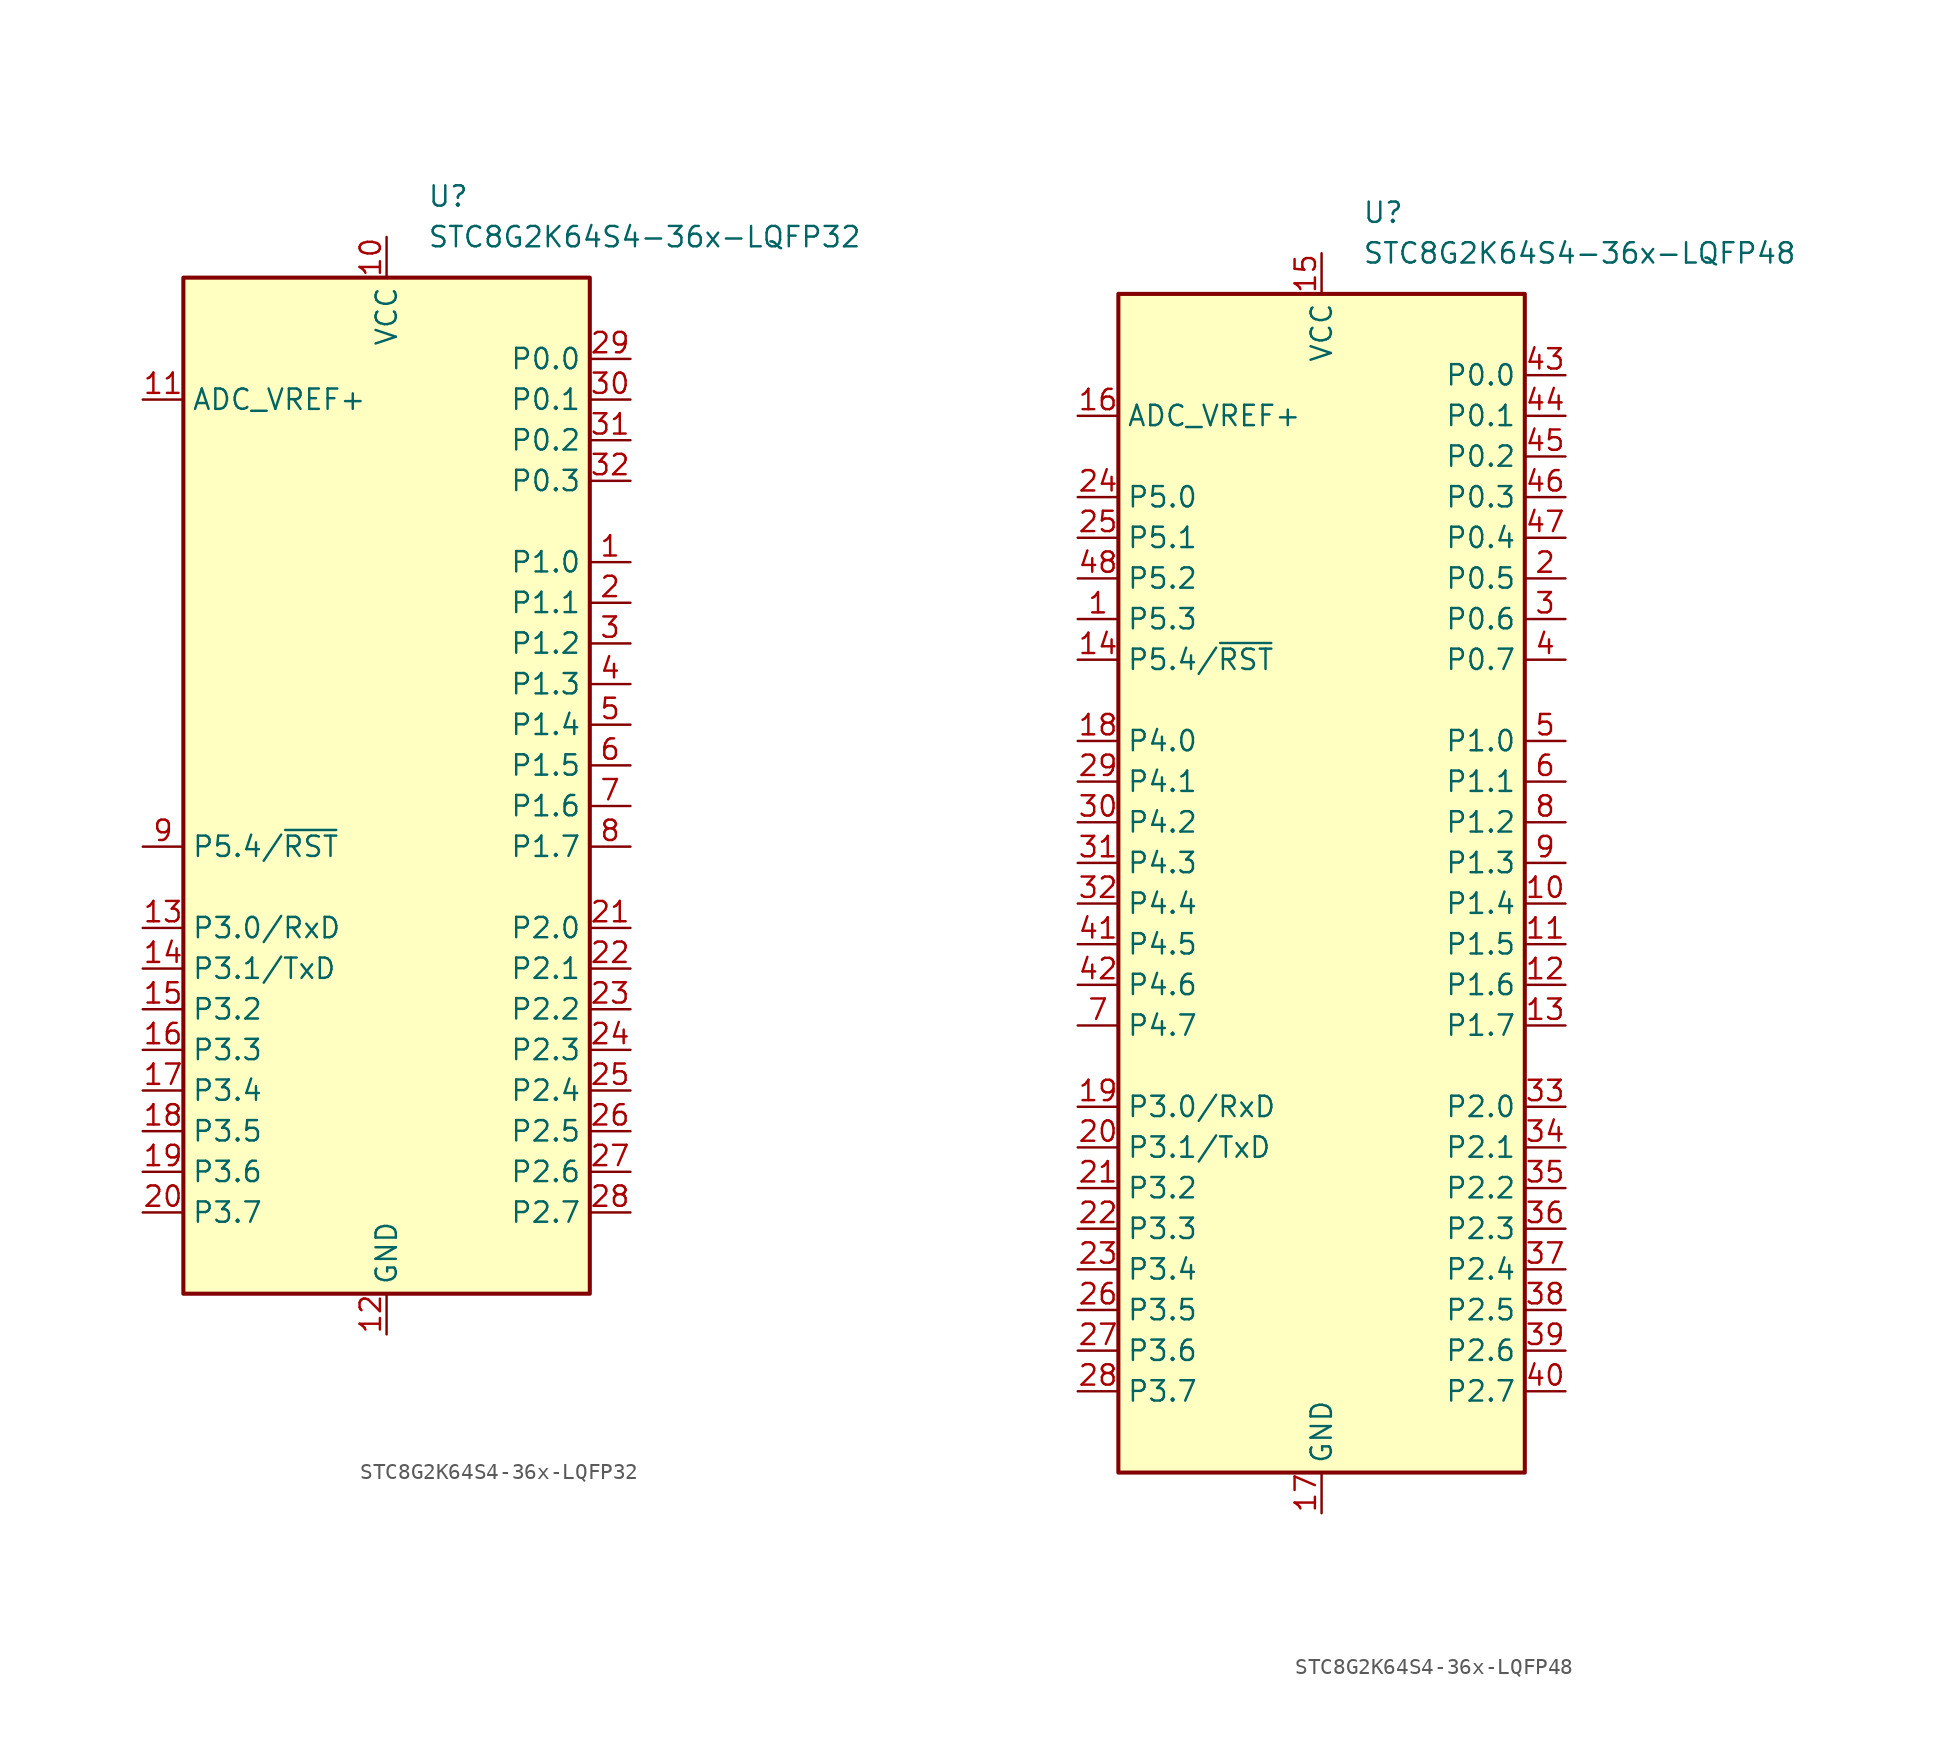
<source format=kicad_sym>
(kicad_symbol_lib
  (version 20211014)
  (generator kicad_symbol_editor)
  (symbol "STC8G2K64S4-36x-LQFP32"
    (property "Reference" "U"
      (at 2.54 36.83 0)
      (effects (font (size 1.27 1.27)) (justify left)))
    (property "Value" "STC8G2K64S4-36x-LQFP32"
      (at 2.54 34.29 0)
      (effects (font (size 1.27 1.27)) (justify left)))
    (symbol "STC8G2K64S4-36x-LQFP32_0_1"
      (rectangle (start -12.7 31.75) (end 12.7 -31.75) (stroke (width 0.254) (type default) (color 0 0 0 0)) (fill (type background))))
    (symbol "STC8G2K64S4-36x-LQFP32_1_1"
      (pin bidirectional line (at 15.24 13.97 180) (length 2.54) (name "P1.0" (effects (font (size 1.27 1.27)))) (number "1" (effects (font (size 1.27 1.27)))))
      (pin power_in line (at 0 34.29 270) (length 2.54) (name "VCC" (effects (font (size 1.27 1.27)))) (number "10" (effects (font (size 1.27 1.27)))))
      (pin power_in line (at -15.24 24.13 0) (length 2.54) (name "ADC_VREF+" (effects (font (size 1.27 1.27)))) (number "11" (effects (font (size 1.27 1.27)))))
      (pin power_in line (at 0 -34.29 90) (length 2.54) (name "GND" (effects (font (size 1.27 1.27)))) (number "12" (effects (font (size 1.27 1.27)))))
      (pin bidirectional line (at -15.24 -8.89 0) (length 2.54) (name "P3.0/RxD" (effects (font (size 1.27 1.27)))) (number "13" (effects (font (size 1.27 1.27)))))
      (pin bidirectional line (at -15.24 -11.43 0) (length 2.54) (name "P3.1/TxD" (effects (font (size 1.27 1.27)))) (number "14" (effects (font (size 1.27 1.27)))))
      (pin bidirectional line (at -15.24 -13.97 0) (length 2.54) (name "P3.2" (effects (font (size 1.27 1.27)))) (number "15" (effects (font (size 1.27 1.27)))))
      (pin bidirectional line (at -15.24 -16.51 0) (length 2.54) (name "P3.3" (effects (font (size 1.27 1.27)))) (number "16" (effects (font (size 1.27 1.27)))))
      (pin bidirectional line (at -15.24 -19.05 0) (length 2.54) (name "P3.4" (effects (font (size 1.27 1.27)))) (number "17" (effects (font (size 1.27 1.27)))))
      (pin bidirectional line (at -15.24 -21.59 0) (length 2.54) (name "P3.5" (effects (font (size 1.27 1.27)))) (number "18" (effects (font (size 1.27 1.27)))))
      (pin bidirectional line (at -15.24 -24.13 0) (length 2.54) (name "P3.6" (effects (font (size 1.27 1.27)))) (number "19" (effects (font (size 1.27 1.27)))))
      (pin bidirectional line (at 15.24 11.43 180) (length 2.54) (name "P1.1" (effects (font (size 1.27 1.27)))) (number "2" (effects (font (size 1.27 1.27)))))
      (pin bidirectional line (at -15.24 -26.67 0) (length 2.54) (name "P3.7" (effects (font (size 1.27 1.27)))) (number "20" (effects (font (size 1.27 1.27)))))
      (pin bidirectional line (at 15.24 -8.89 180) (length 2.54) (name "P2.0" (effects (font (size 1.27 1.27)))) (number "21" (effects (font (size 1.27 1.27)))))
      (pin bidirectional line (at 15.24 -11.43 180) (length 2.54) (name "P2.1" (effects (font (size 1.27 1.27)))) (number "22" (effects (font (size 1.27 1.27)))))
      (pin bidirectional line (at 15.24 -13.97 180) (length 2.54) (name "P2.2" (effects (font (size 1.27 1.27)))) (number "23" (effects (font (size 1.27 1.27)))))
      (pin bidirectional line (at 15.24 -16.51 180) (length 2.54) (name "P2.3" (effects (font (size 1.27 1.27)))) (number "24" (effects (font (size 1.27 1.27)))))
      (pin bidirectional line (at 15.24 -19.05 180) (length 2.54) (name "P2.4" (effects (font (size 1.27 1.27)))) (number "25" (effects (font (size 1.27 1.27)))))
      (pin bidirectional line (at 15.24 -21.59 180) (length 2.54) (name "P2.5" (effects (font (size 1.27 1.27)))) (number "26" (effects (font (size 1.27 1.27)))))
      (pin bidirectional line (at 15.24 -24.13 180) (length 2.54) (name "P2.6" (effects (font (size 1.27 1.27)))) (number "27" (effects (font (size 1.27 1.27)))))
      (pin bidirectional line (at 15.24 -26.67 180) (length 2.54) (name "P2.7" (effects (font (size 1.27 1.27)))) (number "28" (effects (font (size 1.27 1.27)))))
      (pin bidirectional line (at 15.24 26.67 180) (length 2.54) (name "P0.0" (effects (font (size 1.27 1.27)))) (number "29" (effects (font (size 1.27 1.27)))))
      (pin bidirectional line (at 15.24 8.89 180) (length 2.54) (name "P1.2" (effects (font (size 1.27 1.27)))) (number "3" (effects (font (size 1.27 1.27)))))
      (pin bidirectional line (at 15.24 24.13 180) (length 2.54) (name "P0.1" (effects (font (size 1.27 1.27)))) (number "30" (effects (font (size 1.27 1.27)))))
      (pin bidirectional line (at 15.24 21.59 180) (length 2.54) (name "P0.2" (effects (font (size 1.27 1.27)))) (number "31" (effects (font (size 1.27 1.27)))))
      (pin bidirectional line (at 15.24 19.05 180) (length 2.54) (name "P0.3" (effects (font (size 1.27 1.27)))) (number "32" (effects (font (size 1.27 1.27)))))
      (pin bidirectional line (at 15.24 6.35 180) (length 2.54) (name "P1.3" (effects (font (size 1.27 1.27)))) (number "4" (effects (font (size 1.27 1.27)))))
      (pin bidirectional line (at 15.24 3.81 180) (length 2.54) (name "P1.4" (effects (font (size 1.27 1.27)))) (number "5" (effects (font (size 1.27 1.27)))))
      (pin bidirectional line (at 15.24 1.27 180) (length 2.54) (name "P1.5" (effects (font (size 1.27 1.27)))) (number "6" (effects (font (size 1.27 1.27)))))
      (pin bidirectional line (at 15.24 -1.27 180) (length 2.54) (name "P1.6" (effects (font (size 1.27 1.27)))) (number "7" (effects (font (size 1.27 1.27)))))
      (pin bidirectional line (at 15.24 -3.81 180) (length 2.54) (name "P1.7" (effects (font (size 1.27 1.27)))) (number "8" (effects (font (size 1.27 1.27)))))
      (pin bidirectional line (at -15.24 -3.81 0) (length 2.54) (name "P5.4/~{RST}" (effects (font (size 1.27 1.27)))) (number "9" (effects (font (size 1.27 1.27)))))))
  (symbol "STC8G2K64S4-36x-LQFP48"
    (property "Reference" "U"
      (at 2.54 41.91 0)
      (effects (font (size 1.27 1.27)) (justify left)))
    (property "Value" "STC8G2K64S4-36x-LQFP48"
      (at 2.54 39.37 0)
      (effects (font (size 1.27 1.27)) (justify left)))
    (symbol "STC8G2K64S4-36x-LQFP48_0_1"
      (rectangle (start -12.7 36.83) (end 12.7 -36.83) (stroke (width 0.254) (type default) (color 0 0 0 0)) (fill (type background))))
    (symbol "STC8G2K64S4-36x-LQFP48_1_1"
      (pin bidirectional line (at -15.24 16.51 0) (length 2.54) (name "P5.3" (effects (font (size 1.27 1.27)))) (number "1" (effects (font (size 1.27 1.27)))))
      (pin bidirectional line (at 15.24 -1.27 180) (length 2.54) (name "P1.4" (effects (font (size 1.27 1.27)))) (number "10" (effects (font (size 1.27 1.27)))))
      (pin power_in line (at 15.24 -3.81 180) (length 2.54) (name "P1.5" (effects (font (size 1.27 1.27)))) (number "11" (effects (font (size 1.27 1.27)))))
      (pin power_in line (at 15.24 -6.35 180) (length 2.54) (name "P1.6" (effects (font (size 1.27 1.27)))) (number "12" (effects (font (size 1.27 1.27)))))
      (pin power_in line (at 15.24 -8.89 180) (length 2.54) (name "P1.7" (effects (font (size 1.27 1.27)))) (number "13" (effects (font (size 1.27 1.27)))))
      (pin bidirectional line (at -15.24 13.97 0) (length 2.54) (name "P5.4/~{RST}" (effects (font (size 1.27 1.27)))) (number "14" (effects (font (size 1.27 1.27)))))
      (pin power_in line (at 0 39.37 270) (length 2.54) (name "VCC" (effects (font (size 1.27 1.27)))) (number "15" (effects (font (size 1.27 1.27)))))
      (pin power_in line (at -15.24 29.21 0) (length 2.54) (name "ADC_VREF+" (effects (font (size 1.27 1.27)))) (number "16" (effects (font (size 1.27 1.27)))))
      (pin power_in line (at 0 -39.37 90) (length 2.54) (name "GND" (effects (font (size 1.27 1.27)))) (number "17" (effects (font (size 1.27 1.27)))))
      (pin bidirectional line (at -15.24 8.89 0) (length 2.54) (name "P4.0" (effects (font (size 1.27 1.27)))) (number "18" (effects (font (size 1.27 1.27)))))
      (pin bidirectional line (at -15.24 -13.97 0) (length 2.54) (name "P3.0/RxD" (effects (font (size 1.27 1.27)))) (number "19" (effects (font (size 1.27 1.27)))))
      (pin bidirectional line (at 15.24 19.05 180) (length 2.54) (name "P0.5" (effects (font (size 1.27 1.27)))) (number "2" (effects (font (size 1.27 1.27)))))
      (pin bidirectional line (at -15.24 -16.51 0) (length 2.54) (name "P3.1/TxD" (effects (font (size 1.27 1.27)))) (number "20" (effects (font (size 1.27 1.27)))))
      (pin bidirectional line (at -15.24 -19.05 0) (length 2.54) (name "P3.2" (effects (font (size 1.27 1.27)))) (number "21" (effects (font (size 1.27 1.27)))))
      (pin bidirectional line (at -15.24 -21.59 0) (length 2.54) (name "P3.3" (effects (font (size 1.27 1.27)))) (number "22" (effects (font (size 1.27 1.27)))))
      (pin bidirectional line (at -15.24 -24.13 0) (length 2.54) (name "P3.4" (effects (font (size 1.27 1.27)))) (number "23" (effects (font (size 1.27 1.27)))))
      (pin bidirectional line (at -15.24 24.13 0) (length 2.54) (name "P5.0" (effects (font (size 1.27 1.27)))) (number "24" (effects (font (size 1.27 1.27)))))
      (pin bidirectional line (at -15.24 21.59 0) (length 2.54) (name "P5.1" (effects (font (size 1.27 1.27)))) (number "25" (effects (font (size 1.27 1.27)))))
      (pin bidirectional line (at -15.24 -26.67 0) (length 2.54) (name "P3.5" (effects (font (size 1.27 1.27)))) (number "26" (effects (font (size 1.27 1.27)))))
      (pin bidirectional line (at -15.24 -29.21 0) (length 2.54) (name "P3.6" (effects (font (size 1.27 1.27)))) (number "27" (effects (font (size 1.27 1.27)))))
      (pin bidirectional line (at -15.24 -31.75 0) (length 2.54) (name "P3.7" (effects (font (size 1.27 1.27)))) (number "28" (effects (font (size 1.27 1.27)))))
      (pin bidirectional line (at -15.24 6.35 0) (length 2.54) (name "P4.1" (effects (font (size 1.27 1.27)))) (number "29" (effects (font (size 1.27 1.27)))))
      (pin bidirectional line (at 15.24 16.51 180) (length 2.54) (name "P0.6" (effects (font (size 1.27 1.27)))) (number "3" (effects (font (size 1.27 1.27)))))
      (pin bidirectional line (at -15.24 3.81 0) (length 2.54) (name "P4.2" (effects (font (size 1.27 1.27)))) (number "30" (effects (font (size 1.27 1.27)))))
      (pin bidirectional line (at -15.24 1.27 0) (length 2.54) (name "P4.3" (effects (font (size 1.27 1.27)))) (number "31" (effects (font (size 1.27 1.27)))))
      (pin bidirectional line (at -15.24 -1.27 0) (length 2.54) (name "P4.4" (effects (font (size 1.27 1.27)))) (number "32" (effects (font (size 1.27 1.27)))))
      (pin bidirectional line (at 15.24 -13.97 180) (length 2.54) (name "P2.0" (effects (font (size 1.27 1.27)))) (number "33" (effects (font (size 1.27 1.27)))))
      (pin bidirectional line (at 15.24 -16.51 180) (length 2.54) (name "P2.1" (effects (font (size 1.27 1.27)))) (number "34" (effects (font (size 1.27 1.27)))))
      (pin bidirectional line (at 15.24 -19.05 180) (length 2.54) (name "P2.2" (effects (font (size 1.27 1.27)))) (number "35" (effects (font (size 1.27 1.27)))))
      (pin bidirectional line (at 15.24 -21.59 180) (length 2.54) (name "P2.3" (effects (font (size 1.27 1.27)))) (number "36" (effects (font (size 1.27 1.27)))))
      (pin bidirectional line (at 15.24 -24.13 180) (length 2.54) (name "P2.4" (effects (font (size 1.27 1.27)))) (number "37" (effects (font (size 1.27 1.27)))))
      (pin bidirectional line (at 15.24 -26.67 180) (length 2.54) (name "P2.5" (effects (font (size 1.27 1.27)))) (number "38" (effects (font (size 1.27 1.27)))))
      (pin bidirectional line (at 15.24 -29.21 180) (length 2.54) (name "P2.6" (effects (font (size 1.27 1.27)))) (number "39" (effects (font (size 1.27 1.27)))))
      (pin bidirectional line (at 15.24 13.97 180) (length 2.54) (name "P0.7" (effects (font (size 1.27 1.27)))) (number "4" (effects (font (size 1.27 1.27)))))
      (pin bidirectional line (at 15.24 -31.75 180) (length 2.54) (name "P2.7" (effects (font (size 1.27 1.27)))) (number "40" (effects (font (size 1.27 1.27)))))
      (pin bidirectional line (at -15.24 -3.81 0) (length 2.54) (name "P4.5" (effects (font (size 1.27 1.27)))) (number "41" (effects (font (size 1.27 1.27)))))
      (pin bidirectional line (at -15.24 -6.35 0) (length 2.54) (name "P4.6" (effects (font (size 1.27 1.27)))) (number "42" (effects (font (size 1.27 1.27)))))
      (pin bidirectional line (at 15.24 31.75 180) (length 2.54) (name "P0.0" (effects (font (size 1.27 1.27)))) (number "43" (effects (font (size 1.27 1.27)))))
      (pin bidirectional line (at 15.24 29.21 180) (length 2.54) (name "P0.1" (effects (font (size 1.27 1.27)))) (number "44" (effects (font (size 1.27 1.27)))))
      (pin bidirectional line (at 15.24 26.67 180) (length 2.54) (name "P0.2" (effects (font (size 1.27 1.27)))) (number "45" (effects (font (size 1.27 1.27)))))
      (pin bidirectional line (at 15.24 24.13 180) (length 2.54) (name "P0.3" (effects (font (size 1.27 1.27)))) (number "46" (effects (font (size 1.27 1.27)))))
      (pin bidirectional line (at 15.24 21.59 180) (length 2.54) (name "P0.4" (effects (font (size 1.27 1.27)))) (number "47" (effects (font (size 1.27 1.27)))))
      (pin bidirectional line (at -15.24 19.05 0) (length 2.54) (name "P5.2" (effects (font (size 1.27 1.27)))) (number "48" (effects (font (size 1.27 1.27)))))
      (pin bidirectional line (at 15.24 8.89 180) (length 2.54) (name "P1.0" (effects (font (size 1.27 1.27)))) (number "5" (effects (font (size 1.27 1.27)))))
      (pin bidirectional line (at 15.24 6.35 180) (length 2.54) (name "P1.1" (effects (font (size 1.27 1.27)))) (number "6" (effects (font (size 1.27 1.27)))))
      (pin bidirectional line (at -15.24 -8.89 0) (length 2.54) (name "P4.7" (effects (font (size 1.27 1.27)))) (number "7" (effects (font (size 1.27 1.27)))))
      (pin bidirectional line (at 15.24 3.81 180) (length 2.54) (name "P1.2" (effects (font (size 1.27 1.27)))) (number "8" (effects (font (size 1.27 1.27)))))
      (pin bidirectional line (at 15.24 1.27 180) (length 2.54) (name "P1.3" (effects (font (size 1.27 1.27)))) (number "9" (effects (font (size 1.27 1.27))))))))
</source>
